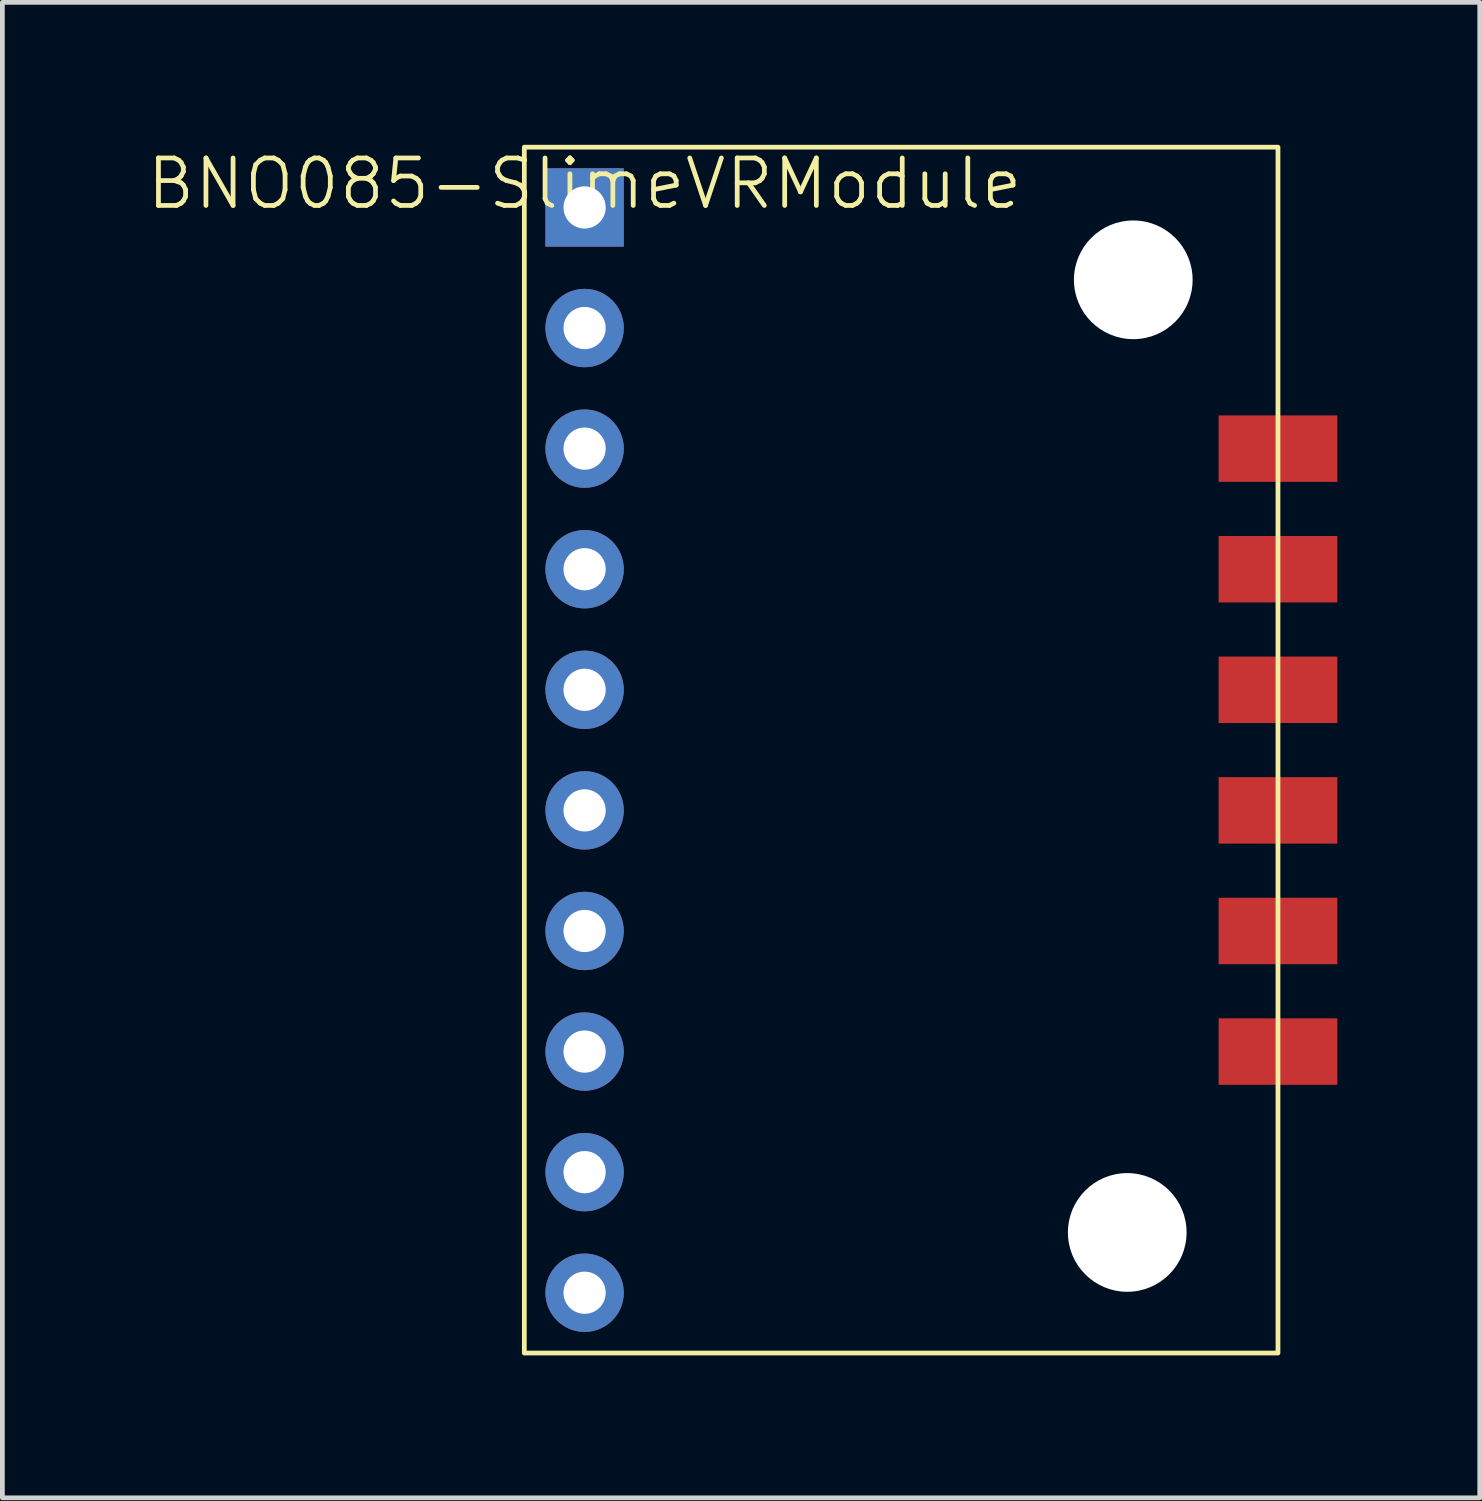
<source format=kicad_pcb>
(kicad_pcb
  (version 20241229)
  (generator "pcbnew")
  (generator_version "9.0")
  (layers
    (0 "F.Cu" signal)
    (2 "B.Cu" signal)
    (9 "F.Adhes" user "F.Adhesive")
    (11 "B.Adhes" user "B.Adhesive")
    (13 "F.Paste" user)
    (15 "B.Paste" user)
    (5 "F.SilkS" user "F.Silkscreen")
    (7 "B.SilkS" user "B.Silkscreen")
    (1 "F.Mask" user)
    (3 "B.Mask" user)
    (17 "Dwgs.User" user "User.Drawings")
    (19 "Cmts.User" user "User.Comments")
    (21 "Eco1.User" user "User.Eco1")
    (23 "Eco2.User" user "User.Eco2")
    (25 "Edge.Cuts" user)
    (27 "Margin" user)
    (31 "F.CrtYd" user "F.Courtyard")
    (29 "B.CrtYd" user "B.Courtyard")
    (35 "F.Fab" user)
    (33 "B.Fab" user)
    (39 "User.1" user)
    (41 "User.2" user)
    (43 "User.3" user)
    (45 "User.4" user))
  (footprint "BNO085-SlimeVRModule"
    (layer "F.Cu")
    (at 9.264 1.32)
    (property "Reference" "BNO085-SlimeVRModule" (at 0 -0.5 0) (unlocked yes) (layer "F.SilkS") (effects (font (size 1 1) (thickness 0.1))))
    (attr smd)
    (fp_rect (start -1.27 -1.27) (end 14.605 24.13) (stroke (width 0.1) (type default)) (fill no) (layer "F.SilkS"))
    (pad "" np_thru_hole circle (at 11.43 21.59) (size 2.5 2.5) (drill 3) (layers "*.Cu" "*.Mask"))
    (pad "" np_thru_hole circle (at 11.557 1.524) (size 2.5 2.5) (drill 3) (layers "*.Cu" "*.Mask"))
    (pad "1" thru_hole rect (at 0 0) (size 1.651 1.651) (drill 0.889) (layers "*.Cu" "*.Mask"))
    (pad "1" smd rect (at 14.605 5.08) (size 2.5 1.4) (layers "F.Cu" "F.Mask" "F.Paste"))
    (pad "2" thru_hole circle (at 0 2.54) (size 1.651 1.651) (drill 0.889) (layers "*.Cu" "*.Mask"))
    (pad "2" smd rect (at 14.605 7.62) (size 2.5 1.4) (layers "F.Cu" "F.Mask" "F.Paste"))
    (pad "3" thru_hole circle (at 0 5.08) (size 1.651 1.651) (drill 0.889) (layers "*.Cu" "*.Mask"))
    (pad "3" smd rect (at 14.605 10.16) (size 2.5 1.4) (layers "F.Cu" "F.Mask" "F.Paste"))
    (pad "4" thru_hole circle (at 0 7.62) (size 1.651 1.651) (drill 0.889) (layers "*.Cu" "*.Mask"))
    (pad "4" smd rect (at 14.605 12.7) (size 2.5 1.4) (layers "F.Cu" "F.Mask" "F.Paste"))
    (pad "5" thru_hole circle (at 0 10.16) (size 1.651 1.651) (drill 0.889) (layers "*.Cu" "*.Mask"))
    (pad "5" smd rect (at 14.605 15.24) (size 2.5 1.4) (layers "F.Cu" "F.Mask" "F.Paste"))
    (pad "6" thru_hole circle (at 0 12.7) (size 1.651 1.651) (drill 0.889) (layers "*.Cu" "*.Mask"))
    (pad "7" thru_hole circle (at 0 15.24) (size 1.651 1.651) (drill 0.889) (layers "*.Cu" "*.Mask"))
    (pad "7" smd rect (at 14.605 17.78) (size 2.5 1.4) (layers "F.Cu" "F.Mask" "F.Paste"))
    (pad "8" thru_hole circle (at 0 17.78) (size 1.651 1.651) (drill 0.889) (layers "*.Cu" "*.Mask"))
    (pad "9" thru_hole circle (at 0 20.32) (size 1.651 1.651) (drill 0.889) (layers "*.Cu" "*.Mask"))
    (pad "10" thru_hole circle (at 0 22.86) (size 1.651 1.651) (drill 0.889) (layers "*.Cu" "*.Mask")))
  (gr_rect
    (start -3 -3)
    (end 28.119 28.5)
    (stroke (width 0.1) (type default))
    (fill no)
    (layer "Edge.Cuts")))
</source>
